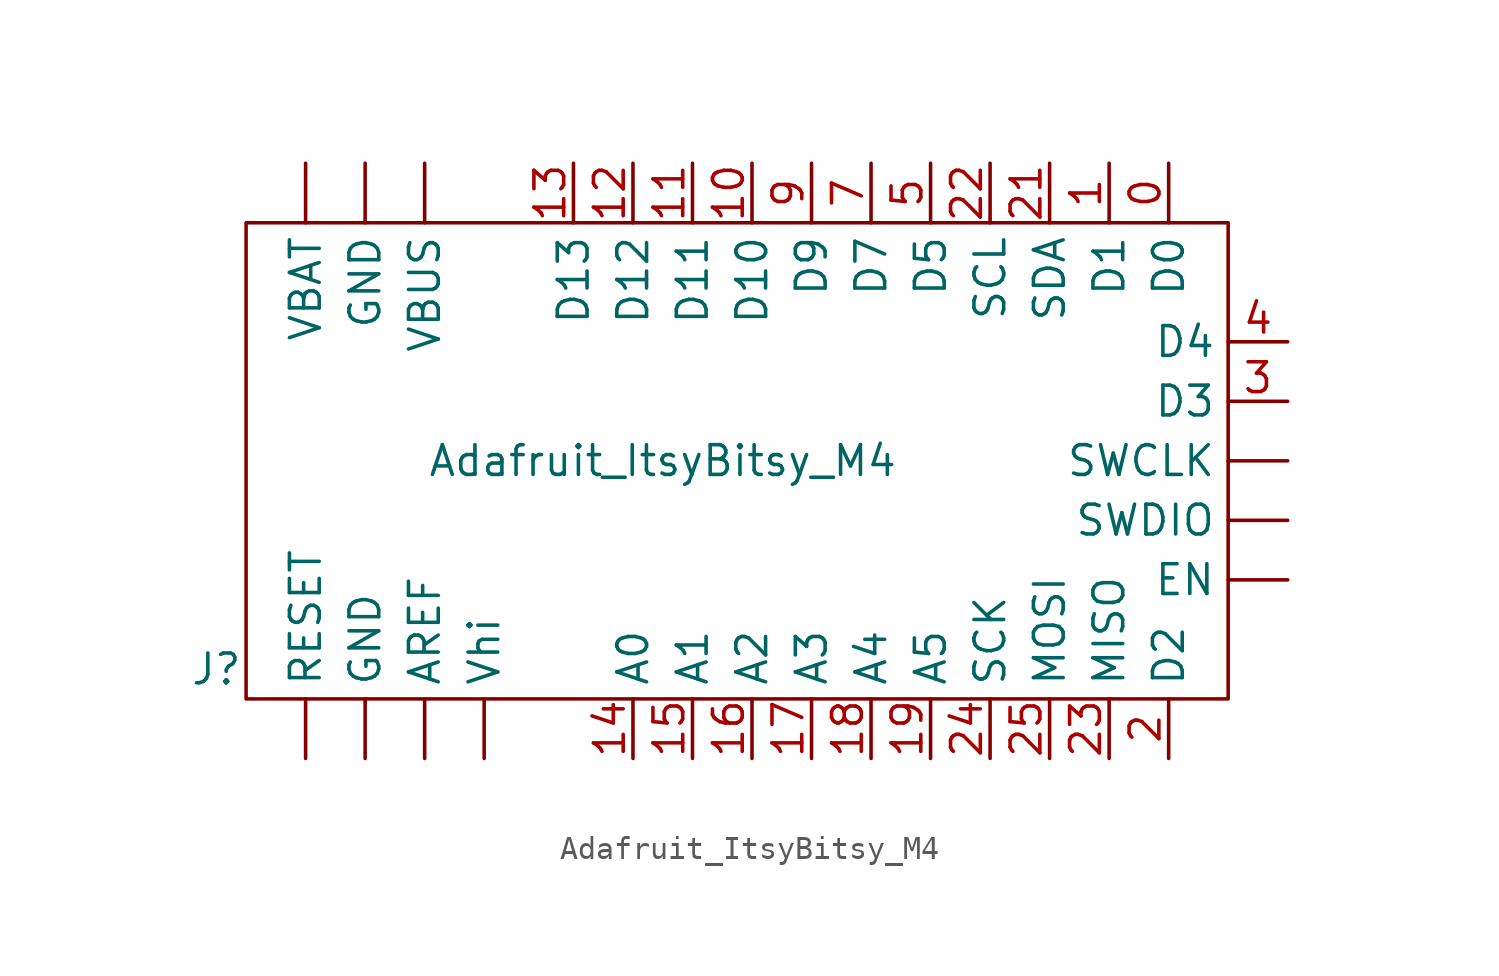
<source format=kicad_sym>
(kicad_symbol_lib
  (version 20211014)
  (generator kicad_symbol_editor)
  (symbol "Adafruit_ItsyBitsy_M4"
    (property "Reference" "J"
      (at -21.59 -8.89 0)
      (effects (font (size 1.27 1.27))))
    (property "Value" "Adafruit_ItsyBitsy_M4"
      (at -2.54 0 0)
      (effects (font (size 1.27 1.27))))
    (symbol "Adafruit_ItsyBitsy_M4_0_1"
      (rectangle (start -20.32 10.16) (end 21.59 -10.16) (stroke (width 0) (type default) (color 0 0 0 0)) (fill (type none))))
    (symbol "Adafruit_ItsyBitsy_M4_1_1"
      (pin power_in line (at -12.7 -12.7 90) (length 2.54) (name "AREF" (effects (font (size 1.27 1.27)))) (number "" (effects (font (size 1.27 1.27)))))
      (pin input line (at 24.13 -5.08 180) (length 2.54) (name "EN" (effects (font (size 1.27 1.27)))) (number "" (effects (font (size 1.27 1.27)))))
      (pin power_in line (at -15.24 -12.7 90) (length 2.54) (name "GND" (effects (font (size 1.27 1.27)))) (number "" (effects (font (size 1.27 1.27)))))
      (pin power_in line (at -15.24 12.7 270) (length 2.54) (name "GND" (effects (font (size 1.27 1.27)))) (number "" (effects (font (size 1.27 1.27)))))
      (pin input line (at -17.78 -12.7 90) (length 2.54) (name "RESET" (effects (font (size 1.27 1.27)))) (number "" (effects (font (size 1.27 1.27)))))
      (pin bidirectional line (at 24.13 0 180) (length 2.54) (name "SWCLK" (effects (font (size 1.27 1.27)))) (number "" (effects (font (size 1.27 1.27)))))
      (pin bidirectional line (at 24.13 -2.54 180) (length 2.54) (name "SWDIO" (effects (font (size 1.27 1.27)))) (number "" (effects (font (size 1.27 1.27)))))
      (pin power_in line (at -17.78 12.7 270) (length 2.54) (name "VBAT" (effects (font (size 1.27 1.27)))) (number "" (effects (font (size 1.27 1.27)))))
      (pin power_out line (at -12.7 12.7 270) (length 2.54) (name "VBUS" (effects (font (size 1.27 1.27)))) (number "" (effects (font (size 1.27 1.27)))))
      (pin power_out line (at -10.16 -12.7 90) (length 2.54) (name "Vhi" (effects (font (size 1.27 1.27)))) (number "" (effects (font (size 1.27 1.27)))))
      (pin bidirectional line (at 19.05 12.7 270) (length 2.54) (name "D0" (effects (font (size 1.27 1.27)))) (number "0" (effects (font (size 1.27 1.27)))))
      (pin bidirectional line (at 16.51 12.7 270) (length 2.54) (name "D1" (effects (font (size 1.27 1.27)))) (number "1" (effects (font (size 1.27 1.27)))))
      (pin bidirectional line (at 1.27 12.7 270) (length 2.54) (name "D10" (effects (font (size 1.27 1.27)))) (number "10" (effects (font (size 1.27 1.27)))))
      (pin bidirectional line (at -1.27 12.7 270) (length 2.54) (name "D11" (effects (font (size 1.27 1.27)))) (number "11" (effects (font (size 1.27 1.27)))))
      (pin bidirectional line (at -3.81 12.7 270) (length 2.54) (name "D12" (effects (font (size 1.27 1.27)))) (number "12" (effects (font (size 1.27 1.27)))))
      (pin bidirectional line (at -6.35 12.7 270) (length 2.54) (name "D13" (effects (font (size 1.27 1.27)))) (number "13" (effects (font (size 1.27 1.27)))))
      (pin bidirectional line (at -3.81 -12.7 90) (length 2.54) (name "A0" (effects (font (size 1.27 1.27)))) (number "14" (effects (font (size 1.27 1.27)))))
      (pin bidirectional line (at -1.27 -12.7 90) (length 2.54) (name "A1" (effects (font (size 1.27 1.27)))) (number "15" (effects (font (size 1.27 1.27)))))
      (pin bidirectional line (at 1.27 -12.7 90) (length 2.54) (name "A2" (effects (font (size 1.27 1.27)))) (number "16" (effects (font (size 1.27 1.27)))))
      (pin bidirectional line (at 3.81 -12.7 90) (length 2.54) (name "A3" (effects (font (size 1.27 1.27)))) (number "17" (effects (font (size 1.27 1.27)))))
      (pin bidirectional line (at 6.35 -12.7 90) (length 2.54) (name "A4" (effects (font (size 1.27 1.27)))) (number "18" (effects (font (size 1.27 1.27)))))
      (pin bidirectional line (at 8.89 -12.7 90) (length 2.54) (name "A5" (effects (font (size 1.27 1.27)))) (number "19" (effects (font (size 1.27 1.27)))))
      (pin bidirectional line (at 19.05 -12.7 90) (length 2.54) (name "D2" (effects (font (size 1.27 1.27)))) (number "2" (effects (font (size 1.27 1.27)))))
      (pin bidirectional line (at 13.97 12.7 270) (length 2.54) (name "SDA" (effects (font (size 1.27 1.27)))) (number "21" (effects (font (size 1.27 1.27)))))
      (pin bidirectional line (at 11.43 12.7 270) (length 2.54) (name "SCL" (effects (font (size 1.27 1.27)))) (number "22" (effects (font (size 1.27 1.27)))))
      (pin bidirectional line (at 16.51 -12.7 90) (length 2.54) (name "MISO" (effects (font (size 1.27 1.27)))) (number "23" (effects (font (size 1.27 1.27)))))
      (pin bidirectional line (at 11.43 -12.7 90) (length 2.54) (name "SCK" (effects (font (size 1.27 1.27)))) (number "24" (effects (font (size 1.27 1.27)))))
      (pin bidirectional line (at 13.97 -12.7 90) (length 2.54) (name "MOSI" (effects (font (size 1.27 1.27)))) (number "25" (effects (font (size 1.27 1.27)))))
      (pin bidirectional line (at 24.13 2.54 180) (length 2.54) (name "D3" (effects (font (size 1.27 1.27)))) (number "3" (effects (font (size 1.27 1.27)))))
      (pin bidirectional line (at 24.13 5.08 180) (length 2.54) (name "D4" (effects (font (size 1.27 1.27)))) (number "4" (effects (font (size 1.27 1.27)))))
      (pin bidirectional line (at 8.89 12.7 270) (length 2.54) (name "D5" (effects (font (size 1.27 1.27)))) (number "5" (effects (font (size 1.27 1.27)))))
      (pin bidirectional line (at 6.35 12.7 270) (length 2.54) (name "D7" (effects (font (size 1.27 1.27)))) (number "7" (effects (font (size 1.27 1.27)))))
      (pin bidirectional line (at 3.81 12.7 270) (length 2.54) (name "D9" (effects (font (size 1.27 1.27)))) (number "9" (effects (font (size 1.27 1.27))))))))
</source>
